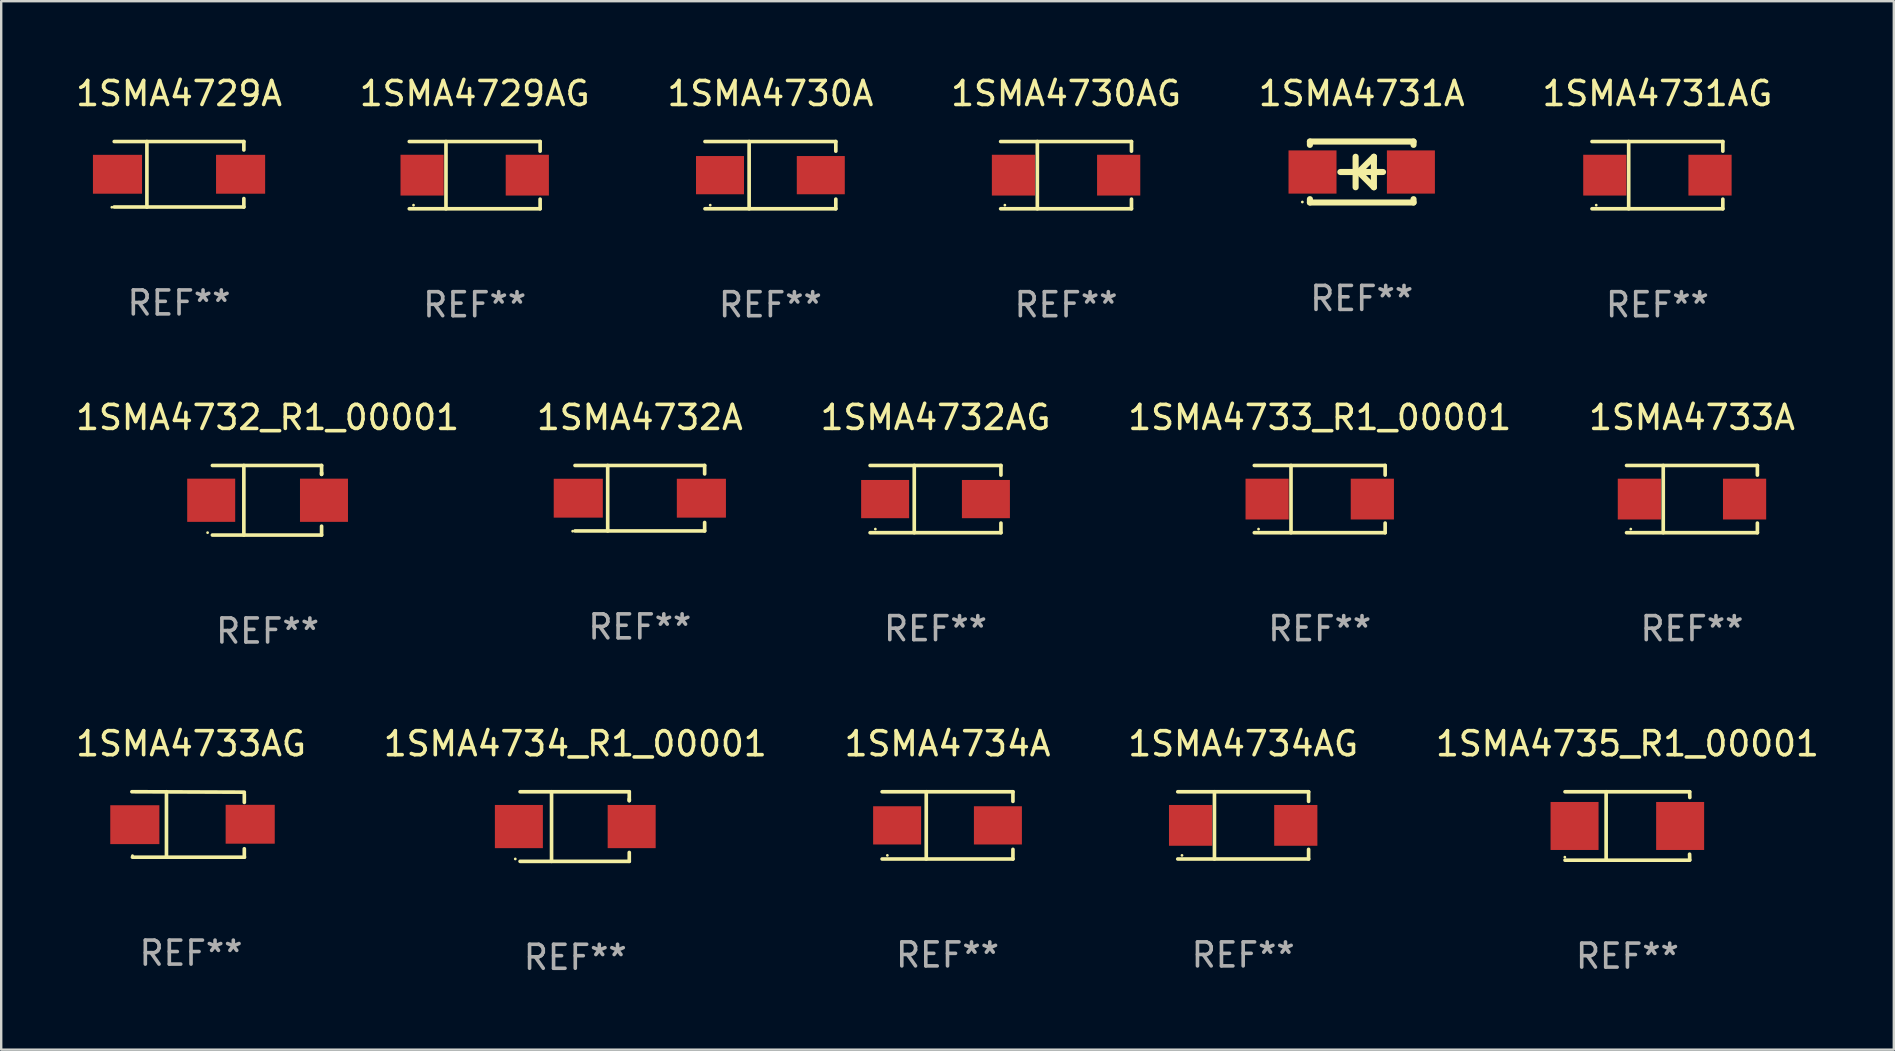
<source format=kicad_pcb>
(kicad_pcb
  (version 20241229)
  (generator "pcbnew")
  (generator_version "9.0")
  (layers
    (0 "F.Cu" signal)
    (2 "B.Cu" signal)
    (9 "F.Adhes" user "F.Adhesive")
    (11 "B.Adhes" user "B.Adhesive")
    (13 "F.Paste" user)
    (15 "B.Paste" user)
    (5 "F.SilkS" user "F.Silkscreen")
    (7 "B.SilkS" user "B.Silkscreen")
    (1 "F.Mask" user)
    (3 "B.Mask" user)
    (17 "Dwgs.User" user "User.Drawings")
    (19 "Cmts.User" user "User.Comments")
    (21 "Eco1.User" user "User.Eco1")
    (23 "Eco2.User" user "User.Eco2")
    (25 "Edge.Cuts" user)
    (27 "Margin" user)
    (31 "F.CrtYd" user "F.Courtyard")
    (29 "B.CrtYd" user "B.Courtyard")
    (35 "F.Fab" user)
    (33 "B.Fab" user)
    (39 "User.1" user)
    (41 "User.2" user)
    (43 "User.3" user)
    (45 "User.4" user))
  (footprint "1SMA4729AG"
    (layer "F.Cu")
    (at 16.732 4.249)
    (property "Reference" "1SMA4729AG" (at 0 -3.401 0) (layer "F.SilkS") (effects (font (size 1 1) (thickness 0.15))))
    (attr through_hole)
    (fp_line (start -2.726 -1.401) (end 2.726 -1.401) (stroke (width 0.152) (type solid)) (layer "F.SilkS"))
    (fp_line (start -2.726 1.401) (end 2.726 1.401) (stroke (width 0.152) (type solid)) (layer "F.SilkS"))
    (fp_line (start -1.197 -1.401) (end -1.197 1.401) (stroke (width 0.152) (type solid)) (layer "F.SilkS"))
    (fp_line (start 2.726 -1.401) (end 2.726 -1) (stroke (width 0.152) (type solid)) (layer "F.SilkS"))
    (fp_line (start 2.726 1.401) (end 2.726 1) (stroke (width 0.152) (type solid)) (layer "F.SilkS"))
    (fp_circle (center -2.55 1.25) (end -2.52 1.25) (stroke (width 0.06) (type solid)) (fill no) (layer "F.SilkS"))
    (fp_text user "REF**" (at 0 5.401 0) (layer "F.Fab") (effects (font (size 1 1) (thickness 0.15))))
    (pad "1" smd rect (at -2.192 0) (size 1.8 1.7) (layers "F.Cu" "F.Mask" "F.Paste"))
    (pad "2" smd rect (at 2.192 0) (size 1.8 1.7) (layers "F.Cu" "F.Mask" "F.Paste")))
  (footprint "1SMA4732AG"
    (layer "F.Cu")
    (at 35.935 17.748)
    (property "Reference" "1SMA4732AG" (at 0 -3.401 0) (layer "F.SilkS") (effects (font (size 1 1) (thickness 0.15))))
    (attr through_hole)
    (fp_line (start -2.726 -1.401) (end 2.726 -1.401) (stroke (width 0.152) (type solid)) (layer "F.SilkS"))
    (fp_line (start -2.726 1.401) (end 2.726 1.401) (stroke (width 0.152) (type solid)) (layer "F.SilkS"))
    (fp_line (start -0.886 -1.401) (end -0.886 1.401) (stroke (width 0.152) (type solid)) (layer "F.SilkS"))
    (fp_line (start 2.726 -1.401) (end 2.726 -1) (stroke (width 0.152) (type solid)) (layer "F.SilkS"))
    (fp_line (start 2.726 1.401) (end 2.726 1) (stroke (width 0.152) (type solid)) (layer "F.SilkS"))
    (fp_circle (center -2.507 1.25) (end -2.477 1.25) (stroke (width 0.06) (type solid)) (fill no) (layer "F.SilkS"))
    (fp_text user "REF**" (at 0 5.401 0) (layer "F.Fab") (effects (font (size 1 1) (thickness 0.15))))
    (pad "1" smd rect (at -2.1 0 180) (size 2 1.593) (layers "F.Cu" "F.Mask" "F.Paste"))
    (pad "2" smd rect (at 2.1 0 180) (size 2 1.593) (layers "F.Cu" "F.Mask" "F.Paste")))
  (footprint "1SMA4733AG"
    (layer "F.Cu")
    (at 4.911 31.307)
    (property "Reference" "1SMA4733AG" (at 0 -3.364 0) (layer "F.SilkS") (effects (font (size 1 1) (thickness 0.15))))
    (attr through_hole)
    (fp_line (start -2.465 -1.364) (end 2.22 -1.346) (stroke (width 0.152) (type solid)) (layer "F.SilkS"))
    (fp_line (start -2.442 1.364) (end 2.226 1.364) (stroke (width 0.152) (type solid)) (layer "F.SilkS"))
    (fp_line (start -1.024 -1.364) (end -1.024 1.364) (stroke (width 0.152) (type solid)) (layer "F.SilkS"))
    (fp_line (start 2.22 -1.27) (end 2.22 -0.919) (stroke (width 0.152) (type solid)) (layer "F.SilkS"))
    (fp_line (start 2.22 1.364) (end 2.22 1.013) (stroke (width 0.152) (type solid)) (layer "F.SilkS"))
    (fp_circle (center -2.439 1.3) (end -2.409 1.3) (stroke (width 0.06) (type solid)) (fill no) (layer "F.SilkS"))
    (fp_text user "REF**" (at 0 5.364 0) (layer "F.Fab") (effects (font (size 1 1) (thickness 0.15))))
    (pad "1" smd rect (at -2.343 0.009) (size 2.046 1.62) (layers "F.Cu" "F.Mask" "F.Paste"))
    (pad "2" smd rect (at 2.465 -0.009 180) (size 2.046 1.62) (layers "F.Cu" "F.Mask" "F.Paste")))
  (footprint "1SMA4732A"
    (layer "F.Cu")
    (at 23.613 17.711)
    (property "Reference" "1SMA4732A" (at 0 -3.364 0) (layer "F.SilkS") (effects (font (size 1 1) (thickness 0.15))))
    (attr through_hole)
    (fp_line (start -2.701 -1.364) (end 2.701 -1.364) (stroke (width 0.152) (type solid)) (layer "F.SilkS"))
    (fp_line (start -2.701 1.364) (end 2.701 1.364) (stroke (width 0.152) (type solid)) (layer "F.SilkS"))
    (fp_line (start -1.339 -1.364) (end -1.339 1.364) (stroke (width 0.152) (type solid)) (layer "F.SilkS"))
    (fp_line (start 2.701 -1.364) (end 2.701 -1.013) (stroke (width 0.152) (type solid)) (layer "F.SilkS"))
    (fp_line (start 2.701 1.364) (end 2.701 1.013) (stroke (width 0.152) (type solid)) (layer "F.SilkS"))
    (fp_circle (center -2.8 1.375) (end -2.77 1.375) (stroke (width 0.06) (type solid)) (fill no) (layer "F.SilkS"))
    (fp_text user "REF**" (at 0 5.364 0) (layer "F.Fab") (effects (font (size 1 1) (thickness 0.15))))
    (pad "1" smd rect (at -2.565 -0.000025) (size 2.046 1.62) (layers "F.Cu" "F.Mask" "F.Paste"))
    (pad "2" smd rect (at 2.565 -0.000025) (size 2.046 1.62) (layers "F.Cu" "F.Mask" "F.Paste")))
  (footprint "1SMA4732_R1_00001"
    (layer "F.Cu")
    (at 8.101 17.797)
    (property "Reference" "1SMA4732_R1_00001" (at 0 -3.45 0) (layer "F.SilkS") (effects (font (size 1 1) (thickness 0.15))))
    (attr through_hole)
    (fp_line (start -2.3 -1.45) (end 2.25 -1.45) (stroke (width 0.152) (type solid)) (layer "F.SilkS"))
    (fp_line (start -0.989 -1.45) (end -0.989 1.45) (stroke (width 0.152) (type solid)) (layer "F.SilkS"))
    (fp_line (start 2.25 -1.45) (end 2.25 -1.08) (stroke (width 0.152) (type solid)) (layer "F.SilkS"))
    (fp_line (start 2.25 -1.08) (end 2.25 -1.142) (stroke (width 0.152) (type solid)) (layer "F.SilkS"))
    (fp_line (start 2.25 1.45) (end -2.3 1.45) (stroke (width 0.152) (type solid)) (layer "F.SilkS"))
    (fp_line (start 2.25 1.45) (end 2.25 1.08) (stroke (width 0.152) (type solid)) (layer "F.SilkS"))
    (fp_circle (center -2.5 1.35) (end -2.47 1.35) (stroke (width 0.06) (type solid)) (fill no) (layer "F.SilkS"))
    (fp_text user "REF**" (at 0 5.45 0) (layer "F.Fab") (effects (font (size 1 1) (thickness 0.15))))
    (pad "1" smd rect (at -2.35 0.000025) (size 2 1.8) (layers "F.Cu" "F.Mask" "F.Paste"))
    (pad "2" smd rect (at 2.35 0.000025) (size 2 1.8) (layers "F.Cu" "F.Mask" "F.Paste")))
  (footprint "1SMA4733A"
    (layer "F.Cu")
    (at 67.458 17.748)
    (property "Reference" "1SMA4733A" (at 0 -3.401 0) (layer "F.SilkS") (effects (font (size 1 1) (thickness 0.15))))
    (attr through_hole)
    (fp_line (start -2.726 -1.401) (end 2.726 -1.401) (stroke (width 0.152) (type solid)) (layer "F.SilkS"))
    (fp_line (start -2.726 1.401) (end 2.726 1.401) (stroke (width 0.152) (type solid)) (layer "F.SilkS"))
    (fp_line (start -1.197 -1.401) (end -1.197 1.401) (stroke (width 0.152) (type solid)) (layer "F.SilkS"))
    (fp_line (start 2.726 -1.401) (end 2.726 -1) (stroke (width 0.152) (type solid)) (layer "F.SilkS"))
    (fp_line (start 2.726 1.401) (end 2.726 1) (stroke (width 0.152) (type solid)) (layer "F.SilkS"))
    (fp_circle (center -2.55 1.25) (end -2.52 1.25) (stroke (width 0.06) (type solid)) (fill no) (layer "F.SilkS"))
    (fp_text user "REF**" (at 0 5.401 0) (layer "F.Fab") (effects (font (size 1 1) (thickness 0.15))))
    (pad "1" smd rect (at -2.192 0) (size 1.8 1.7) (layers "F.Cu" "F.Mask" "F.Paste"))
    (pad "2" smd rect (at 2.192 0) (size 1.8 1.7) (layers "F.Cu" "F.Mask" "F.Paste")))
  (footprint "1SMA4730AG"
    (layer "F.Cu")
    (at 41.375 4.249)
    (property "Reference" "1SMA4730AG" (at 0 -3.401 0) (layer "F.SilkS") (effects (font (size 1 1) (thickness 0.15))))
    (attr through_hole)
    (fp_line (start -2.726 -1.401) (end 2.726 -1.401) (stroke (width 0.152) (type solid)) (layer "F.SilkS"))
    (fp_line (start -2.726 1.401) (end 2.726 1.401) (stroke (width 0.152) (type solid)) (layer "F.SilkS"))
    (fp_line (start -1.197 -1.401) (end -1.197 1.401) (stroke (width 0.152) (type solid)) (layer "F.SilkS"))
    (fp_line (start 2.726 -1.401) (end 2.726 -1) (stroke (width 0.152) (type solid)) (layer "F.SilkS"))
    (fp_line (start 2.726 1.401) (end 2.726 1) (stroke (width 0.152) (type solid)) (layer "F.SilkS"))
    (fp_circle (center -2.55 1.25) (end -2.52 1.25) (stroke (width 0.06) (type solid)) (fill no) (layer "F.SilkS"))
    (fp_text user "REF**" (at 0 5.401 0) (layer "F.Fab") (effects (font (size 1 1) (thickness 0.15))))
    (pad "1" smd rect (at -2.192 0) (size 1.8 1.7) (layers "F.Cu" "F.Mask" "F.Paste"))
    (pad "2" smd rect (at 2.192 0) (size 1.8 1.7) (layers "F.Cu" "F.Mask" "F.Paste")))
  (footprint "1SMA4734AG"
    (layer "F.Cu")
    (at 48.756 31.345)
    (property "Reference" "1SMA4734AG" (at 0 -3.401 0) (layer "F.SilkS") (effects (font (size 1 1) (thickness 0.15))))
    (attr through_hole)
    (fp_line (start -2.726 -1.401) (end 2.726 -1.401) (stroke (width 0.152) (type solid)) (layer "F.SilkS"))
    (fp_line (start -2.726 1.401) (end 2.726 1.401) (stroke (width 0.152) (type solid)) (layer "F.SilkS"))
    (fp_line (start -1.197 -1.401) (end -1.197 1.401) (stroke (width 0.152) (type solid)) (layer "F.SilkS"))
    (fp_line (start 2.726 -1.401) (end 2.726 -1) (stroke (width 0.152) (type solid)) (layer "F.SilkS"))
    (fp_line (start 2.726 1.401) (end 2.726 1) (stroke (width 0.152) (type solid)) (layer "F.SilkS"))
    (fp_circle (center -2.55 1.25) (end -2.52 1.25) (stroke (width 0.06) (type solid)) (fill no) (layer "F.SilkS"))
    (fp_text user "REF**" (at 0 5.401 0) (layer "F.Fab") (effects (font (size 1 1) (thickness 0.15))))
    (pad "1" smd rect (at -2.192 0) (size 1.8 1.7) (layers "F.Cu" "F.Mask" "F.Paste"))
    (pad "2" smd rect (at 2.192 0) (size 1.8 1.7) (layers "F.Cu" "F.Mask" "F.Paste")))
  (footprint "1SMA4734A"
    (layer "F.Cu")
    (at 36.435 31.345)
    (property "Reference" "1SMA4734A" (at 0 -3.401 0) (layer "F.SilkS") (effects (font (size 1 1) (thickness 0.15))))
    (attr through_hole)
    (fp_line (start -2.726 -1.401) (end 2.726 -1.401) (stroke (width 0.152) (type solid)) (layer "F.SilkS"))
    (fp_line (start -2.726 1.401) (end 2.726 1.401) (stroke (width 0.152) (type solid)) (layer "F.SilkS"))
    (fp_line (start -0.886 -1.401) (end -0.886 1.401) (stroke (width 0.152) (type solid)) (layer "F.SilkS"))
    (fp_line (start 2.726 -1.401) (end 2.726 -1) (stroke (width 0.152) (type solid)) (layer "F.SilkS"))
    (fp_line (start 2.726 1.401) (end 2.726 1) (stroke (width 0.152) (type solid)) (layer "F.SilkS"))
    (fp_circle (center -2.507 1.25) (end -2.477 1.25) (stroke (width 0.06) (type solid)) (fill no) (layer "F.SilkS"))
    (fp_text user "REF**" (at 0 5.401 0) (layer "F.Fab") (effects (font (size 1 1) (thickness 0.15))))
    (pad "1" smd rect (at -2.1 0 180) (size 2 1.593) (layers "F.Cu" "F.Mask" "F.Paste"))
    (pad "2" smd rect (at 2.1 0 180) (size 2 1.593) (layers "F.Cu" "F.Mask" "F.Paste")))
  (footprint "1SMA4735_R1_00001"
    (layer "F.Cu")
    (at 64.768 31.37)
    (property "Reference" "1SMA4735_R1_00001" (at 0 -3.426 0) (layer "F.SilkS") (effects (font (size 1 1) (thickness 0.15))))
    (attr through_hole)
    (fp_line (start -2.6 -1.426) (end 2.593 -1.426) (stroke (width 0.152) (type solid)) (layer "F.SilkS"))
    (fp_line (start -2.6 1.426) (end 2.593 1.426) (stroke (width 0.152) (type solid)) (layer "F.SilkS"))
    (fp_line (start -0.887 -1.426) (end -0.887 1.426) (stroke (width 0.152) (type solid)) (layer "F.SilkS"))
    (fp_line (start 2.59 1.176) (end 2.597 1.415) (stroke (width 0.152) (type solid)) (layer "F.SilkS"))
    (fp_line (start 2.593 -1.426) (end 2.6 -1.187) (stroke (width 0.152) (type solid)) (layer "F.SilkS"))
    (fp_circle (center -2.608 1.3) (end -2.578 1.3) (stroke (width 0.06) (type solid)) (fill no) (layer "F.SilkS"))
    (fp_text user "REF**" (at 0 5.426 0) (layer "F.Fab") (effects (font (size 1 1) (thickness 0.15))))
    (pad "1" smd rect (at -2.203 0 180) (size 2 2) (layers "F.Cu" "F.Mask" "F.Paste"))
    (pad "2" smd rect (at 2.197 0 180) (size 2 2) (layers "F.Cu" "F.Mask" "F.Paste")))
  (footprint "1SMA4734_R1_00001"
    (layer "F.Cu")
    (at 20.923 31.394)
    (property "Reference" "1SMA4734_R1_00001" (at 0 -3.45 0) (layer "F.SilkS") (effects (font (size 1 1) (thickness 0.15))))
    (attr through_hole)
    (fp_line (start -2.3 -1.45) (end 2.25 -1.45) (stroke (width 0.152) (type solid)) (layer "F.SilkS"))
    (fp_line (start -0.989 -1.45) (end -0.989 1.45) (stroke (width 0.152) (type solid)) (layer "F.SilkS"))
    (fp_line (start 2.25 -1.45) (end 2.25 -1.08) (stroke (width 0.152) (type solid)) (layer "F.SilkS"))
    (fp_line (start 2.25 -1.08) (end 2.25 -1.142) (stroke (width 0.152) (type solid)) (layer "F.SilkS"))
    (fp_line (start 2.25 1.45) (end -2.3 1.45) (stroke (width 0.152) (type solid)) (layer "F.SilkS"))
    (fp_line (start 2.25 1.45) (end 2.25 1.08) (stroke (width 0.152) (type solid)) (layer "F.SilkS"))
    (fp_circle (center -2.5 1.35) (end -2.47 1.35) (stroke (width 0.06) (type solid)) (fill no) (layer "F.SilkS"))
    (fp_text user "REF**" (at 0 5.45 0) (layer "F.Fab") (effects (font (size 1 1) (thickness 0.15))))
    (pad "1" smd rect (at -2.35 0.000025) (size 2 1.8) (layers "F.Cu" "F.Mask" "F.Paste"))
    (pad "2" smd rect (at 2.35 0.000025) (size 2 1.8) (layers "F.Cu" "F.Mask" "F.Paste")))
  (footprint "1SMA4731A"
    (layer "F.Cu")
    (at 53.696 4.118)
    (property "Reference" "1SMA4731A" (at 0 -3.27 0) (layer "F.SilkS") (effects (font (size 1 1) (thickness 0.15))))
    (attr through_hole)
    (fp_line (start -2.159 -1.27) (end -2.159 -1.131) (stroke (width 0.254) (type solid)) (layer "F.SilkS"))
    (fp_line (start -2.159 1.131) (end -2.159 1.27) (stroke (width 0.254) (type solid)) (layer "F.SilkS"))
    (fp_line (start -2.159 1.27) (end 2.159 1.27) (stroke (width 0.254) (type solid)) (layer "F.SilkS"))
    (fp_line (start -0.255 -0.635) (end -0.255 0.635) (stroke (width 0.254) (type solid)) (layer "F.SilkS"))
    (fp_line (start -0.128 0) (end 0.507 -0.635) (stroke (width 0.254) (type solid)) (layer "F.SilkS"))
    (fp_line (start 0.507 -0.635) (end 0.507 -0.508) (stroke (width 0.254) (type solid)) (layer "F.SilkS"))
    (fp_line (start 0.507 -0.508) (end 0.507 0.635) (stroke (width 0.254) (type solid)) (layer "F.SilkS"))
    (fp_line (start 0.507 0.635) (end -0.128 0) (stroke (width 0.254) (type solid)) (layer "F.SilkS"))
    (fp_line (start 0.888 0) (end -0.89 0) (stroke (width 0.254) (type solid)) (layer "F.SilkS"))
    (fp_line (start 2.159 -1.27) (end -2.159 -1.27) (stroke (width 0.254) (type solid)) (layer "F.SilkS"))
    (fp_line (start 2.159 -1.131) (end 2.159 -1.27) (stroke (width 0.254) (type solid)) (layer "F.SilkS"))
    (fp_line (start 2.159 1.27) (end 2.159 1.131) (stroke (width 0.254) (type solid)) (layer "F.SilkS"))
    (fp_circle (center -2.475 1.25) (end -2.445 1.25) (stroke (width 0.06) (type solid)) (fill no) (layer "F.SilkS"))
    (fp_text user "REF**" (at 0 5.27 0) (layer "F.Fab") (effects (font (size 1 1) (thickness 0.15))))
    (pad "1" smd rect (at -2.051 0) (size 2 1.8) (layers "F.Cu" "F.Mask" "F.Paste"))
    (pad "2" smd rect (at 2.049 0) (size 2 1.8) (layers "F.Cu" "F.Mask" "F.Paste")))
  (footprint "1SMA4733_R1_00001"
    (layer "F.Cu")
    (at 51.946 17.748)
    (property "Reference" "1SMA4733_R1_00001" (at 0 -3.401 0) (layer "F.SilkS") (effects (font (size 1 1) (thickness 0.15))))
    (attr through_hole)
    (fp_line (start -2.726 -1.401) (end 2.726 -1.401) (stroke (width 0.152) (type solid)) (layer "F.SilkS"))
    (fp_line (start -2.726 1.401) (end 2.726 1.401) (stroke (width 0.152) (type solid)) (layer "F.SilkS"))
    (fp_line (start -1.197 -1.401) (end -1.197 1.401) (stroke (width 0.152) (type solid)) (layer "F.SilkS"))
    (fp_line (start 2.726 -1.401) (end 2.726 -1) (stroke (width 0.152) (type solid)) (layer "F.SilkS"))
    (fp_line (start 2.726 1.401) (end 2.726 1) (stroke (width 0.152) (type solid)) (layer "F.SilkS"))
    (fp_circle (center -2.55 1.25) (end -2.52 1.25) (stroke (width 0.06) (type solid)) (fill no) (layer "F.SilkS"))
    (fp_text user "REF**" (at 0 5.401 0) (layer "F.Fab") (effects (font (size 1 1) (thickness 0.15))))
    (pad "1" smd rect (at -2.192 0) (size 1.8 1.7) (layers "F.Cu" "F.Mask" "F.Paste"))
    (pad "2" smd rect (at 2.192 0) (size 1.8 1.7) (layers "F.Cu" "F.Mask" "F.Paste")))
  (footprint "1SMA4731AG"
    (layer "F.Cu")
    (at 66.018 4.249)
    (property "Reference" "1SMA4731AG" (at 0 -3.401 0) (layer "F.SilkS") (effects (font (size 1 1) (thickness 0.15))))
    (attr through_hole)
    (fp_line (start -2.726 -1.401) (end 2.726 -1.401) (stroke (width 0.152) (type solid)) (layer "F.SilkS"))
    (fp_line (start -2.726 1.401) (end 2.726 1.401) (stroke (width 0.152) (type solid)) (layer "F.SilkS"))
    (fp_line (start -1.197 -1.401) (end -1.197 1.401) (stroke (width 0.152) (type solid)) (layer "F.SilkS"))
    (fp_line (start 2.726 -1.401) (end 2.726 -1) (stroke (width 0.152) (type solid)) (layer "F.SilkS"))
    (fp_line (start 2.726 1.401) (end 2.726 1) (stroke (width 0.152) (type solid)) (layer "F.SilkS"))
    (fp_circle (center -2.55 1.25) (end -2.52 1.25) (stroke (width 0.06) (type solid)) (fill no) (layer "F.SilkS"))
    (fp_text user "REF**" (at 0 5.401 0) (layer "F.Fab") (effects (font (size 1 1) (thickness 0.15))))
    (pad "1" smd rect (at -2.192 0) (size 1.8 1.7) (layers "F.Cu" "F.Mask" "F.Paste"))
    (pad "2" smd rect (at 2.192 0) (size 1.8 1.7) (layers "F.Cu" "F.Mask" "F.Paste")))
  (footprint "1SMA4730A"
    (layer "F.Cu")
    (at 29.054 4.249)
    (property "Reference" "1SMA4730A" (at 0 -3.401 0) (layer "F.SilkS") (effects (font (size 1 1) (thickness 0.15))))
    (attr through_hole)
    (fp_line (start -2.726 -1.401) (end 2.726 -1.401) (stroke (width 0.152) (type solid)) (layer "F.SilkS"))
    (fp_line (start -2.726 1.401) (end 2.726 1.401) (stroke (width 0.152) (type solid)) (layer "F.SilkS"))
    (fp_line (start -0.886 -1.401) (end -0.886 1.401) (stroke (width 0.152) (type solid)) (layer "F.SilkS"))
    (fp_line (start 2.726 -1.401) (end 2.726 -1) (stroke (width 0.152) (type solid)) (layer "F.SilkS"))
    (fp_line (start 2.726 1.401) (end 2.726 1) (stroke (width 0.152) (type solid)) (layer "F.SilkS"))
    (fp_circle (center -2.507 1.25) (end -2.477 1.25) (stroke (width 0.06) (type solid)) (fill no) (layer "F.SilkS"))
    (fp_text user "REF**" (at 0 5.401 0) (layer "F.Fab") (effects (font (size 1 1) (thickness 0.15))))
    (pad "1" smd rect (at -2.1 0 180) (size 2 1.593) (layers "F.Cu" "F.Mask" "F.Paste"))
    (pad "2" smd rect (at 2.1 0 180) (size 2 1.593) (layers "F.Cu" "F.Mask" "F.Paste")))
  (footprint "1SMA4729A"
    (layer "F.Cu")
    (at 4.411 4.212)
    (property "Reference" "1SMA4729A" (at 0 -3.364 0) (layer "F.SilkS") (effects (font (size 1 1) (thickness 0.15))))
    (attr through_hole)
    (fp_line (start -2.701 -1.364) (end 2.701 -1.364) (stroke (width 0.152) (type solid)) (layer "F.SilkS"))
    (fp_line (start -2.701 1.364) (end 2.701 1.364) (stroke (width 0.152) (type solid)) (layer "F.SilkS"))
    (fp_line (start -1.339 -1.364) (end -1.339 1.364) (stroke (width 0.152) (type solid)) (layer "F.SilkS"))
    (fp_line (start 2.701 -1.364) (end 2.701 -1.013) (stroke (width 0.152) (type solid)) (layer "F.SilkS"))
    (fp_line (start 2.701 1.364) (end 2.701 1.013) (stroke (width 0.152) (type solid)) (layer "F.SilkS"))
    (fp_circle (center -2.8 1.375) (end -2.77 1.375) (stroke (width 0.06) (type solid)) (fill no) (layer "F.SilkS"))
    (fp_text user "REF**" (at 0 5.364 0) (layer "F.Fab") (effects (font (size 1 1) (thickness 0.15))))
    (pad "1" smd rect (at -2.565 -0.000025) (size 2.046 1.62) (layers "F.Cu" "F.Mask" "F.Paste"))
    (pad "2" smd rect (at 2.565 -0.000025) (size 2.046 1.62) (layers "F.Cu" "F.Mask" "F.Paste")))
  (gr_rect
    (start -3 -3)
    (end 75.869 40.692)
    (stroke (width 0.1) (type default))
    (fill no)
    (layer "Edge.Cuts")))
</source>
